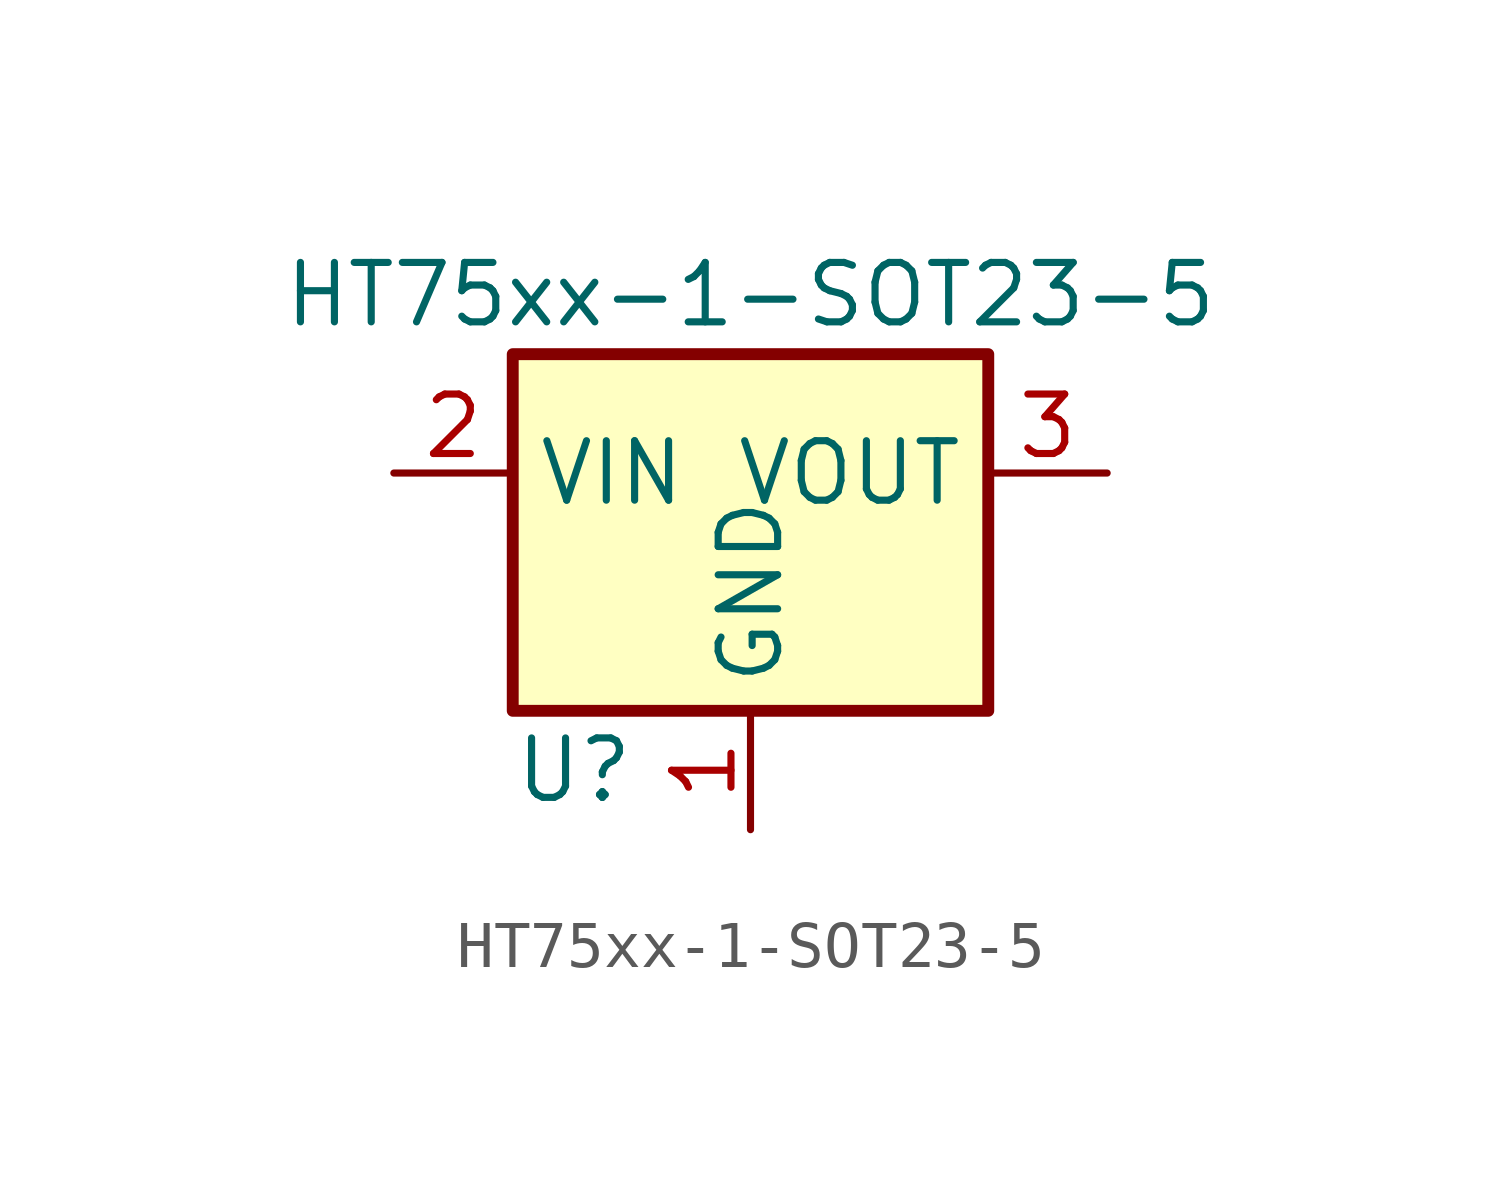
<source format=kicad_sym>
(kicad_symbol_lib
  (version 20211014)
  (generator kicad_symbol_editor)
  (symbol "HT75xx-1-SOT23-5"
    (property "Reference" "U"
      (at -5.08 -3.81 0)
      (effects (font (size 1.27 1.27)) (justify left)))
    (property "Value" "HT75xx-1-SOT23-5"
      (at 0 6.35 0)
      (effects (font (size 1.27 1.27))))
    (symbol "HT75xx-1-SOT23-5_0_0"
      (pin no_connect line (at -2.54 -5.08 90) (length 2.54) hide (name "NC" (effects (font (size 1.27 1.27)))) (number "4" (effects (font (size 1.27 1.27)))))
      (pin no_connect line (at 2.54 -5.08 90) (length 2.54) hide (name "NC" (effects (font (size 1.27 1.27)))) (number "5" (effects (font (size 1.27 1.27))))))
    (symbol "HT75xx-1-SOT23-5_0_1"
      (rectangle (start -5.08 5.08) (end 5.08 -2.54) (stroke (width 0.254) (type default) (color 0 0 0 0)) (fill (type background))))
    (symbol "HT75xx-1-SOT23-5_1_1"
      (pin power_in line (at 0 -5.08 90) (length 2.54) (name "GND" (effects (font (size 1.27 1.27)))) (number "1" (effects (font (size 1.27 1.27)))))
      (pin power_in line (at -7.62 2.54 0) (length 2.54) (name "VIN" (effects (font (size 1.27 1.27)))) (number "2" (effects (font (size 1.27 1.27)))))
      (pin power_out line (at 7.62 2.54 180) (length 2.54) (name "VOUT" (effects (font (size 1.27 1.27)))) (number "3" (effects (font (size 1.27 1.27))))))))
</source>
